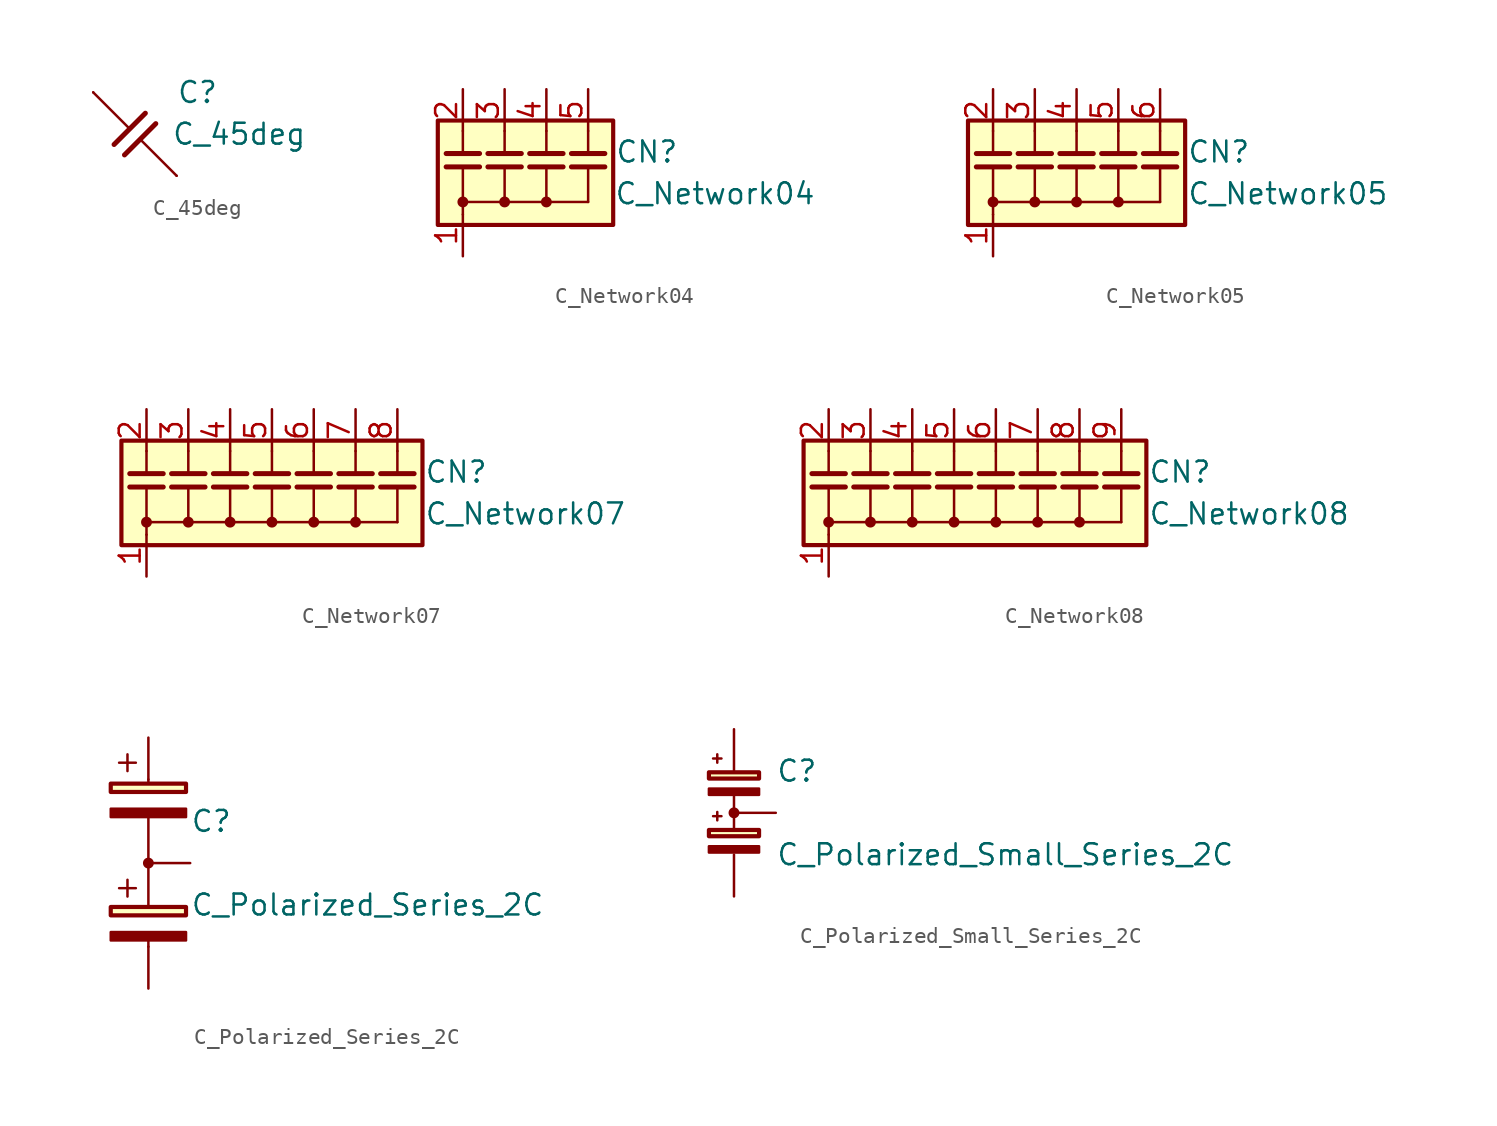
<source format=kicad_sym>
(kicad_symbol_lib
  (version 20241209)
  (generator "kicad_symbol_editor")
  (generator_version "9.0")
  (symbol "C_45deg"
    (pin_numbers
      (hide yes))
    (pin_names
      (offset 0))
    (property "Reference" "C"
      (at 3.81 2.54 0)
      (effects (font (size 1.27 1.27))))
    (property "Value" "C_45deg"
      (at 6.35 0 0)
      (effects (font (size 1.27 1.27))))
    (symbol "C_45deg_0_1"
      (polyline (pts (xy -2.54 2.54) (xy -0.381 0.381)) (stroke (width 0) (type default)) (fill (type none)))
      (polyline (pts (xy 2.54 -2.54) (xy 0.381 -0.381)) (stroke (width 0) (type default)) (fill (type none))))
    (symbol "C_45deg_1_1"
      (polyline (pts (xy 0.635 1.27) (xy -1.27 -0.635)) (stroke (width 0.305) (type default)) (fill (type none)))
      (polyline (pts (xy 1.27 0.635) (xy -0.635 -1.27)) (stroke (width 0.305) (type default)) (fill (type none)))
      (pin passive line (at -2.54 2.54 0) (length 0) (name "~" (effects (font (size 1.27 1.27)))) (number "2" (effects (font (size 1.27 1.27)))))
      (pin passive line (at 2.54 -2.54 180) (length 0) (name "~" (effects (font (size 1.27 1.27)))) (number "1" (effects (font (size 1.27 1.27)))))))
  (symbol "C_Network04"
    (pin_names
      (offset 0)
      (hide yes))
    (property "Reference" "CN"
      (at 4.166 1.27 0)
      (effects (font (size 1.27 1.27)) (justify left)))
    (property "Value" "C_Network04"
      (at 4.115 -1.27 0)
      (effects (font (size 1.27 1.27)) (justify left)))
    (symbol "C_Network04_0_1"
      (rectangle (start -6.604 3.175) (end 4.064 -3.175) (stroke (width 0.254) (type default)) (fill (type background)))
      (polyline (pts (xy -5.08 2.54) (xy -5.08 1.168)) (stroke (width 0) (type default)) (fill (type none)))
      (circle (center -5.08 -1.778) (radius 0.254) (stroke (width 0) (type default)) (fill (type outline)))
      (polyline (pts (xy -5.08 -1.778) (xy -5.08 0.356)) (stroke (width 0) (type default)) (fill (type none)))
      (polyline (pts (xy -5.08 -1.778) (xy 2.54 -1.778)) (stroke (width 0) (type default)) (fill (type none)))
      (polyline (pts (xy -5.08 -2.54) (xy -5.08 -1.778)) (stroke (width 0) (type default)) (fill (type none)))
      (polyline (pts (xy -2.54 2.54) (xy -2.54 1.168)) (stroke (width 0) (type default)) (fill (type none)))
      (circle (center -2.54 -1.778) (radius 0.254) (stroke (width 0) (type default)) (fill (type outline)))
      (polyline (pts (xy -2.54 -1.778) (xy -2.54 0.356)) (stroke (width 0) (type default)) (fill (type none)))
      (polyline (pts (xy 0 2.54) (xy 0 1.168)) (stroke (width 0) (type default)) (fill (type none)))
      (polyline (pts (xy 0 -1.778) (xy 0 0.356)) (stroke (width 0) (type default)) (fill (type none)))
      (circle (center 0 -1.778) (radius 0.254) (stroke (width 0) (type default)) (fill (type outline)))
      (polyline (pts (xy 2.54 2.54) (xy 2.54 1.168)) (stroke (width 0) (type default)) (fill (type none)))
      (polyline (pts (xy 2.54 -1.778) (xy 2.54 0.356)) (stroke (width 0) (type default)) (fill (type none))))
    (symbol "C_Network04_1_1"
      (polyline (pts (xy -6.096 1.168) (xy -4.064 1.168)) (stroke (width 0.305) (type default)) (fill (type none)))
      (polyline (pts (xy -6.096 0.356) (xy -4.064 0.356)) (stroke (width 0.305) (type default)) (fill (type none)))
      (polyline (pts (xy -3.556 1.168) (xy -1.524 1.168)) (stroke (width 0.305) (type default)) (fill (type none)))
      (polyline (pts (xy -3.556 0.356) (xy -1.524 0.356)) (stroke (width 0.305) (type default)) (fill (type none)))
      (polyline (pts (xy -1.016 1.168) (xy 1.016 1.168)) (stroke (width 0.305) (type default)) (fill (type none)))
      (polyline (pts (xy -1.016 0.356) (xy 1.016 0.356)) (stroke (width 0.305) (type default)) (fill (type none)))
      (polyline (pts (xy 1.524 1.168) (xy 3.556 1.168)) (stroke (width 0.305) (type default)) (fill (type none)))
      (polyline (pts (xy 1.524 0.356) (xy 3.556 0.356)) (stroke (width 0.305) (type default)) (fill (type none)))
      (pin passive line (at -5.08 5.08 270) (length 2.54) (name "C1" (effects (font (size 1.27 1.27)))) (number "2" (effects (font (size 1.27 1.27)))))
      (pin passive line (at -5.08 -5.08 90) (length 2.54) (name "common" (effects (font (size 1.27 1.27)))) (number "1" (effects (font (size 1.27 1.27)))))
      (pin passive line (at -2.54 5.08 270) (length 2.54) (name "C2" (effects (font (size 1.27 1.27)))) (number "3" (effects (font (size 1.27 1.27)))))
      (pin passive line (at 0 5.08 270) (length 2.54) (name "C3" (effects (font (size 1.27 1.27)))) (number "4" (effects (font (size 1.27 1.27)))))
      (pin passive line (at 2.54 5.08 270) (length 2.54) (name "C4" (effects (font (size 1.27 1.27)))) (number "5" (effects (font (size 1.27 1.27)))))))
  (symbol "C_Network05"
    (pin_names
      (offset 0)
      (hide yes))
    (property "Reference" "CN"
      (at 6.706 1.27 0)
      (effects (font (size 1.27 1.27)) (justify left)))
    (property "Value" "C_Network05"
      (at 6.706 -1.27 0)
      (effects (font (size 1.27 1.27)) (justify left)))
    (symbol "C_Network05_0_1"
      (rectangle (start -6.604 3.175) (end 6.604 -3.175) (stroke (width 0.254) (type default)) (fill (type background)))
      (polyline (pts (xy -5.08 2.54) (xy -5.08 1.168)) (stroke (width 0) (type default)) (fill (type none)))
      (circle (center -5.08 -1.778) (radius 0.254) (stroke (width 0) (type default)) (fill (type outline)))
      (polyline (pts (xy -5.08 -1.778) (xy -5.08 0.356)) (stroke (width 0) (type default)) (fill (type none)))
      (polyline (pts (xy -5.08 -1.778) (xy 5.08 -1.778)) (stroke (width 0) (type default)) (fill (type none)))
      (polyline (pts (xy -5.08 -2.54) (xy -5.08 -1.778)) (stroke (width 0) (type default)) (fill (type none)))
      (polyline (pts (xy -2.54 2.54) (xy -2.54 1.168)) (stroke (width 0) (type default)) (fill (type none)))
      (circle (center -2.54 -1.778) (radius 0.254) (stroke (width 0) (type default)) (fill (type outline)))
      (polyline (pts (xy -2.54 -1.778) (xy -2.54 0.356)) (stroke (width 0) (type default)) (fill (type none)))
      (polyline (pts (xy 0 2.54) (xy 0 1.168)) (stroke (width 0) (type default)) (fill (type none)))
      (polyline (pts (xy 0 -1.778) (xy 0 0.356)) (stroke (width 0) (type default)) (fill (type none)))
      (circle (center 0 -1.778) (radius 0.254) (stroke (width 0) (type default)) (fill (type outline)))
      (polyline (pts (xy 2.54 2.54) (xy 2.54 1.168)) (stroke (width 0) (type default)) (fill (type none)))
      (polyline (pts (xy 2.54 -1.778) (xy 2.54 0.356)) (stroke (width 0) (type default)) (fill (type none)))
      (circle (center 2.54 -1.778) (radius 0.254) (stroke (width 0) (type default)) (fill (type outline)))
      (polyline (pts (xy 5.08 2.54) (xy 5.08 1.168)) (stroke (width 0) (type default)) (fill (type none)))
      (polyline (pts (xy 5.08 -1.778) (xy 5.08 0.356)) (stroke (width 0) (type default)) (fill (type none))))
    (symbol "C_Network05_1_0"
      (pin passive line (at 5.08 5.08 270) (length 2.54) (name "C5" (effects (font (size 1.27 1.27)))) (number "6" (effects (font (size 1.27 1.27))))))
    (symbol "C_Network05_1_1"
      (polyline (pts (xy -6.096 1.168) (xy -4.064 1.168)) (stroke (width 0.305) (type default)) (fill (type none)))
      (polyline (pts (xy -6.096 0.356) (xy -4.064 0.356)) (stroke (width 0.305) (type default)) (fill (type none)))
      (polyline (pts (xy -3.556 1.168) (xy -1.524 1.168)) (stroke (width 0.305) (type default)) (fill (type none)))
      (polyline (pts (xy -3.556 0.356) (xy -1.524 0.356)) (stroke (width 0.305) (type default)) (fill (type none)))
      (polyline (pts (xy -1.016 1.168) (xy 1.016 1.168)) (stroke (width 0.305) (type default)) (fill (type none)))
      (polyline (pts (xy -1.016 0.356) (xy 1.016 0.356)) (stroke (width 0.305) (type default)) (fill (type none)))
      (polyline (pts (xy 1.524 1.168) (xy 3.556 1.168)) (stroke (width 0.305) (type default)) (fill (type none)))
      (polyline (pts (xy 1.524 0.356) (xy 3.556 0.356)) (stroke (width 0.305) (type default)) (fill (type none)))
      (polyline (pts (xy 4.064 1.168) (xy 6.096 1.168)) (stroke (width 0.305) (type default)) (fill (type none)))
      (polyline (pts (xy 4.064 0.356) (xy 6.096 0.356)) (stroke (width 0.305) (type default)) (fill (type none)))
      (pin passive line (at -5.08 5.08 270) (length 2.54) (name "C1" (effects (font (size 1.27 1.27)))) (number "2" (effects (font (size 1.27 1.27)))))
      (pin passive line (at -5.08 -5.08 90) (length 2.54) (name "common" (effects (font (size 1.27 1.27)))) (number "1" (effects (font (size 1.27 1.27)))))
      (pin passive line (at -2.54 5.08 270) (length 2.54) (name "C2" (effects (font (size 1.27 1.27)))) (number "3" (effects (font (size 1.27 1.27)))))
      (pin passive line (at 0 5.08 270) (length 2.54) (name "C3" (effects (font (size 1.27 1.27)))) (number "4" (effects (font (size 1.27 1.27)))))
      (pin passive line (at 2.54 5.08 270) (length 2.54) (name "C4" (effects (font (size 1.27 1.27)))) (number "5" (effects (font (size 1.27 1.27)))))))
  (symbol "C_Network07"
    (pin_names
      (offset 0)
      (hide yes))
    (property "Reference" "CN"
      (at 9.246 1.27 0)
      (effects (font (size 1.27 1.27)) (justify left)))
    (property "Value" "C_Network07"
      (at 9.246 -1.27 0)
      (effects (font (size 1.27 1.27)) (justify left)))
    (symbol "C_Network07_0_1"
      (rectangle (start -9.144 3.175) (end 9.144 -3.175) (stroke (width 0.254) (type default)) (fill (type background)))
      (polyline (pts (xy -7.62 2.54) (xy -7.62 1.168)) (stroke (width 0) (type default)) (fill (type none)))
      (circle (center -7.62 -1.778) (radius 0.254) (stroke (width 0) (type default)) (fill (type outline)))
      (polyline (pts (xy -7.62 -1.778) (xy -7.62 0.356)) (stroke (width 0) (type default)) (fill (type none)))
      (polyline (pts (xy -7.62 -1.778) (xy 7.62 -1.778)) (stroke (width 0) (type default)) (fill (type none)))
      (polyline (pts (xy -7.62 -2.54) (xy -7.62 -1.778)) (stroke (width 0) (type default)) (fill (type none)))
      (polyline (pts (xy -5.08 2.54) (xy -5.08 1.168)) (stroke (width 0) (type default)) (fill (type none)))
      (circle (center -5.08 -1.778) (radius 0.254) (stroke (width 0) (type default)) (fill (type outline)))
      (polyline (pts (xy -5.08 -1.778) (xy -5.08 0.356)) (stroke (width 0) (type default)) (fill (type none)))
      (polyline (pts (xy -2.54 2.54) (xy -2.54 1.168)) (stroke (width 0) (type default)) (fill (type none)))
      (circle (center -2.54 -1.778) (radius 0.254) (stroke (width 0) (type default)) (fill (type outline)))
      (polyline (pts (xy -2.54 -1.778) (xy -2.54 0.356)) (stroke (width 0) (type default)) (fill (type none)))
      (polyline (pts (xy 0 2.54) (xy 0 1.168)) (stroke (width 0) (type default)) (fill (type none)))
      (polyline (pts (xy 0 -1.778) (xy 0 0.356)) (stroke (width 0) (type default)) (fill (type none)))
      (circle (center 0 -1.778) (radius 0.254) (stroke (width 0) (type default)) (fill (type outline)))
      (polyline (pts (xy 2.54 2.54) (xy 2.54 1.168)) (stroke (width 0) (type default)) (fill (type none)))
      (polyline (pts (xy 2.54 -1.778) (xy 2.54 0.356)) (stroke (width 0) (type default)) (fill (type none)))
      (circle (center 2.54 -1.778) (radius 0.254) (stroke (width 0) (type default)) (fill (type outline)))
      (polyline (pts (xy 5.08 2.54) (xy 5.08 1.168)) (stroke (width 0) (type default)) (fill (type none)))
      (polyline (pts (xy 5.08 -1.778) (xy 5.08 0.356)) (stroke (width 0) (type default)) (fill (type none)))
      (circle (center 5.08 -1.778) (radius 0.254) (stroke (width 0) (type default)) (fill (type outline)))
      (polyline (pts (xy 7.62 2.54) (xy 7.62 1.168)) (stroke (width 0) (type default)) (fill (type none)))
      (polyline (pts (xy 7.62 -1.778) (xy 7.62 0.356)) (stroke (width 0) (type default)) (fill (type none))))
    (symbol "C_Network07_1_0"
      (pin passive line (at 2.54 5.08 270) (length 2.54) (name "C5" (effects (font (size 1.27 1.27)))) (number "6" (effects (font (size 1.27 1.27)))))
      (pin passive line (at 5.08 5.08 270) (length 2.54) (name "C6" (effects (font (size 1.27 1.27)))) (number "7" (effects (font (size 1.27 1.27)))))
      (pin passive line (at 7.62 5.08 270) (length 2.54) (name "C7" (effects (font (size 1.27 1.27)))) (number "8" (effects (font (size 1.27 1.27))))))
    (symbol "C_Network07_1_1"
      (polyline (pts (xy -8.636 1.168) (xy -6.604 1.168)) (stroke (width 0.305) (type default)) (fill (type none)))
      (polyline (pts (xy -8.636 0.356) (xy -6.604 0.356)) (stroke (width 0.305) (type default)) (fill (type none)))
      (polyline (pts (xy -6.096 1.168) (xy -4.064 1.168)) (stroke (width 0.305) (type default)) (fill (type none)))
      (polyline (pts (xy -6.096 0.356) (xy -4.064 0.356)) (stroke (width 0.305) (type default)) (fill (type none)))
      (polyline (pts (xy -3.556 1.168) (xy -1.524 1.168)) (stroke (width 0.305) (type default)) (fill (type none)))
      (polyline (pts (xy -3.556 0.356) (xy -1.524 0.356)) (stroke (width 0.305) (type default)) (fill (type none)))
      (polyline (pts (xy -1.016 1.168) (xy 1.016 1.168)) (stroke (width 0.305) (type default)) (fill (type none)))
      (polyline (pts (xy -1.016 0.356) (xy 1.016 0.356)) (stroke (width 0.305) (type default)) (fill (type none)))
      (polyline (pts (xy 1.524 1.168) (xy 3.556 1.168)) (stroke (width 0.305) (type default)) (fill (type none)))
      (polyline (pts (xy 1.524 0.356) (xy 3.556 0.356)) (stroke (width 0.305) (type default)) (fill (type none)))
      (polyline (pts (xy 4.064 1.168) (xy 6.096 1.168)) (stroke (width 0.305) (type default)) (fill (type none)))
      (polyline (pts (xy 4.064 0.356) (xy 6.096 0.356)) (stroke (width 0.305) (type default)) (fill (type none)))
      (polyline (pts (xy 6.604 1.168) (xy 8.636 1.168)) (stroke (width 0.305) (type default)) (fill (type none)))
      (polyline (pts (xy 6.604 0.356) (xy 8.636 0.356)) (stroke (width 0.305) (type default)) (fill (type none)))
      (pin passive line (at -7.62 5.08 270) (length 2.54) (name "C1" (effects (font (size 1.27 1.27)))) (number "2" (effects (font (size 1.27 1.27)))))
      (pin passive line (at -7.62 -5.08 90) (length 2.54) (name "common" (effects (font (size 1.27 1.27)))) (number "1" (effects (font (size 1.27 1.27)))))
      (pin passive line (at -5.08 5.08 270) (length 2.54) (name "C2" (effects (font (size 1.27 1.27)))) (number "3" (effects (font (size 1.27 1.27)))))
      (pin passive line (at -2.54 5.08 270) (length 2.54) (name "C3" (effects (font (size 1.27 1.27)))) (number "4" (effects (font (size 1.27 1.27)))))
      (pin passive line (at 0 5.08 270) (length 2.54) (name "C4" (effects (font (size 1.27 1.27)))) (number "5" (effects (font (size 1.27 1.27)))))))
  (symbol "C_Network08"
    (pin_names
      (offset 0)
      (hide yes))
    (property "Reference" "CN"
      (at 9.246 1.27 0)
      (effects (font (size 1.27 1.27)) (justify left)))
    (property "Value" "C_Network08"
      (at 9.246 -1.27 0)
      (effects (font (size 1.27 1.27)) (justify left)))
    (symbol "C_Network08_0_1"
      (rectangle (start -11.684 3.175) (end 9.144 -3.175) (stroke (width 0.254) (type default)) (fill (type background)))
      (polyline (pts (xy -10.16 2.54) (xy -10.16 1.168)) (stroke (width 0) (type default)) (fill (type none)))
      (circle (center -10.16 -1.778) (radius 0.254) (stroke (width 0) (type default)) (fill (type outline)))
      (polyline (pts (xy -10.16 -1.778) (xy -10.16 0.356)) (stroke (width 0) (type default)) (fill (type none)))
      (polyline (pts (xy -10.16 -1.778) (xy 7.62 -1.778)) (stroke (width 0) (type default)) (fill (type none)))
      (polyline (pts (xy -10.16 -2.54) (xy -10.16 -1.778)) (stroke (width 0) (type default)) (fill (type none)))
      (polyline (pts (xy -7.62 2.54) (xy -7.62 1.168)) (stroke (width 0) (type default)) (fill (type none)))
      (circle (center -7.62 -1.778) (radius 0.254) (stroke (width 0) (type default)) (fill (type outline)))
      (polyline (pts (xy -7.62 -1.778) (xy -7.62 0.356)) (stroke (width 0) (type default)) (fill (type none)))
      (polyline (pts (xy -5.08 2.54) (xy -5.08 1.168)) (stroke (width 0) (type default)) (fill (type none)))
      (circle (center -5.08 -1.778) (radius 0.254) (stroke (width 0) (type default)) (fill (type outline)))
      (polyline (pts (xy -5.08 -1.778) (xy -5.08 0.356)) (stroke (width 0) (type default)) (fill (type none)))
      (polyline (pts (xy -2.54 2.54) (xy -2.54 1.168)) (stroke (width 0) (type default)) (fill (type none)))
      (circle (center -2.54 -1.778) (radius 0.254) (stroke (width 0) (type default)) (fill (type outline)))
      (polyline (pts (xy -2.54 -1.778) (xy -2.54 0.356)) (stroke (width 0) (type default)) (fill (type none)))
      (polyline (pts (xy 0 2.54) (xy 0 1.168)) (stroke (width 0) (type default)) (fill (type none)))
      (polyline (pts (xy 0 -1.778) (xy 0 0.356)) (stroke (width 0) (type default)) (fill (type none)))
      (circle (center 0 -1.778) (radius 0.254) (stroke (width 0) (type default)) (fill (type outline)))
      (polyline (pts (xy 2.54 2.54) (xy 2.54 1.168)) (stroke (width 0) (type default)) (fill (type none)))
      (polyline (pts (xy 2.54 -1.778) (xy 2.54 0.356)) (stroke (width 0) (type default)) (fill (type none)))
      (circle (center 2.54 -1.778) (radius 0.254) (stroke (width 0) (type default)) (fill (type outline)))
      (polyline (pts (xy 5.08 2.54) (xy 5.08 1.168)) (stroke (width 0) (type default)) (fill (type none)))
      (polyline (pts (xy 5.08 -1.778) (xy 5.08 0.356)) (stroke (width 0) (type default)) (fill (type none)))
      (circle (center 5.08 -1.778) (radius 0.254) (stroke (width 0) (type default)) (fill (type outline)))
      (polyline (pts (xy 7.62 2.54) (xy 7.62 1.168)) (stroke (width 0) (type default)) (fill (type none)))
      (polyline (pts (xy 7.62 -1.778) (xy 7.62 0.356)) (stroke (width 0) (type default)) (fill (type none))))
    (symbol "C_Network08_1_0"
      (pin passive line (at 0 5.08 270) (length 2.54) (name "C5" (effects (font (size 1.27 1.27)))) (number "6" (effects (font (size 1.27 1.27)))))
      (pin passive line (at 2.54 5.08 270) (length 2.54) (name "C6" (effects (font (size 1.27 1.27)))) (number "7" (effects (font (size 1.27 1.27)))))
      (pin passive line (at 5.08 5.08 270) (length 2.54) (name "C7" (effects (font (size 1.27 1.27)))) (number "8" (effects (font (size 1.27 1.27)))))
      (pin passive line (at 7.62 5.08 270) (length 2.54) (name "C8" (effects (font (size 1.27 1.27)))) (number "9" (effects (font (size 1.27 1.27))))))
    (symbol "C_Network08_1_1"
      (polyline (pts (xy -11.176 1.168) (xy -9.144 1.168)) (stroke (width 0.305) (type default)) (fill (type none)))
      (polyline (pts (xy -11.176 0.356) (xy -9.144 0.356)) (stroke (width 0.305) (type default)) (fill (type none)))
      (polyline (pts (xy -8.636 1.168) (xy -6.604 1.168)) (stroke (width 0.305) (type default)) (fill (type none)))
      (polyline (pts (xy -8.636 0.356) (xy -6.604 0.356)) (stroke (width 0.305) (type default)) (fill (type none)))
      (polyline (pts (xy -6.096 1.168) (xy -4.064 1.168)) (stroke (width 0.305) (type default)) (fill (type none)))
      (polyline (pts (xy -6.096 0.356) (xy -4.064 0.356)) (stroke (width 0.305) (type default)) (fill (type none)))
      (polyline (pts (xy -3.556 1.168) (xy -1.524 1.168)) (stroke (width 0.305) (type default)) (fill (type none)))
      (polyline (pts (xy -3.556 0.356) (xy -1.524 0.356)) (stroke (width 0.305) (type default)) (fill (type none)))
      (polyline (pts (xy -1.016 1.168) (xy 1.016 1.168)) (stroke (width 0.305) (type default)) (fill (type none)))
      (polyline (pts (xy -1.016 0.356) (xy 1.016 0.356)) (stroke (width 0.305) (type default)) (fill (type none)))
      (polyline (pts (xy 1.524 1.168) (xy 3.556 1.168)) (stroke (width 0.305) (type default)) (fill (type none)))
      (polyline (pts (xy 1.524 0.356) (xy 3.556 0.356)) (stroke (width 0.305) (type default)) (fill (type none)))
      (polyline (pts (xy 4.064 1.168) (xy 6.096 1.168)) (stroke (width 0.305) (type default)) (fill (type none)))
      (polyline (pts (xy 4.064 0.356) (xy 6.096 0.356)) (stroke (width 0.305) (type default)) (fill (type none)))
      (polyline (pts (xy 6.604 1.168) (xy 8.636 1.168)) (stroke (width 0.305) (type default)) (fill (type none)))
      (polyline (pts (xy 6.604 0.356) (xy 8.636 0.356)) (stroke (width 0.305) (type default)) (fill (type none)))
      (pin passive line (at -10.16 5.08 270) (length 2.54) (name "C1" (effects (font (size 1.27 1.27)))) (number "2" (effects (font (size 1.27 1.27)))))
      (pin passive line (at -10.16 -5.08 90) (length 2.54) (name "common" (effects (font (size 1.27 1.27)))) (number "1" (effects (font (size 1.27 1.27)))))
      (pin passive line (at -7.62 5.08 270) (length 2.54) (name "C2" (effects (font (size 1.27 1.27)))) (number "3" (effects (font (size 1.27 1.27)))))
      (pin passive line (at -5.08 5.08 270) (length 2.54) (name "C3" (effects (font (size 1.27 1.27)))) (number "4" (effects (font (size 1.27 1.27)))))
      (pin passive line (at -2.54 5.08 270) (length 2.54) (name "C4" (effects (font (size 1.27 1.27)))) (number "5" (effects (font (size 1.27 1.27)))))))
  (symbol "C_Polarized_Series_2C"
    (pin_numbers
      (hide yes))
    (property "Reference" "C"
      (at 2.54 2.54 0)
      (effects (font (size 1.27 1.27)) (justify left)))
    (property "Value" "C_Polarized_Series_2C"
      (at 2.54 -2.54 0)
      (effects (font (size 1.27 1.27)) (justify left)))
    (symbol "C_Polarized_Series_2C_0_1"
      (rectangle (start -2.286 4.318) (end 2.286 4.826) (stroke (width 0.254) (type default)) (fill (type background)))
      (rectangle (start -2.286 -3.175) (end 2.286 -2.667) (stroke (width 0.254) (type default)) (fill (type background)))
      (polyline (pts (xy -1.778 6.096) (xy -0.762 6.096)) (stroke (width 0) (type default)) (fill (type none)))
      (polyline (pts (xy -1.778 -1.524) (xy -0.762 -1.524)) (stroke (width 0) (type default)) (fill (type none)))
      (polyline (pts (xy -1.27 6.604) (xy -1.27 5.588)) (stroke (width 0) (type default)) (fill (type none)))
      (polyline (pts (xy -1.27 -1.016) (xy -1.27 -2.032)) (stroke (width 0) (type default)) (fill (type none)))
      (polyline (pts (xy 0 5.08) (xy 0 4.826)) (stroke (width 0.152) (type default)) (fill (type none)))
      (polyline (pts (xy 0 2.794) (xy 0 -2.667)) (stroke (width 0.152) (type default)) (fill (type none)))
      (circle (center 0 0) (radius 0.254) (stroke (width 0) (type default)) (fill (type outline)))
      (polyline (pts (xy 0 -5.08) (xy 0 -4.572)) (stroke (width 0.152) (type default)) (fill (type none)))
      (rectangle (start 2.286 3.302) (end -2.286 2.794) (stroke (width 0) (type default)) (fill (type outline)))
      (rectangle (start 2.286 -4.191) (end -2.286 -4.699) (stroke (width 0) (type default)) (fill (type outline))))
    (symbol "C_Polarized_Series_2C_1_1"
      (pin passive line (at 0 7.62 270) (length 2.54) (name "~" (effects (font (size 1.27 1.27)))) (number "1" (effects (font (size 1.27 1.27)))))
      (pin passive line (at 0 -7.62 90) (length 2.54) (name "~" (effects (font (size 1.27 1.27)))) (number "3" (effects (font (size 1.27 1.27)))))
      (pin passive line (at 2.54 0 180) (length 2.54) (name "~" (effects (font (size 1.27 1.27)))) (number "2" (effects (font (size 1.27 1.27)))))))
  (symbol "C_Polarized_Small_Series_2C"
    (pin_numbers
      (hide yes))
    (pin_names
      (hide yes))
    (property "Reference" "C"
      (at 2.54 2.54 0)
      (effects (font (size 1.27 1.27)) (justify left)))
    (property "Value" "C_Polarized_Small_Series_2C"
      (at 2.54 -2.54 0)
      (effects (font (size 1.27 1.27)) (justify left)))
    (symbol "C_Polarized_Small_Series_2C_0_1"
      (rectangle (start -1.524 2.464) (end 1.524 2.083) (stroke (width 0.254) (type default)) (fill (type background)))
      (rectangle (start -1.524 1.473) (end 1.524 1.092) (stroke (width 0) (type default)) (fill (type outline)))
      (rectangle (start -1.524 -1.041) (end 1.524 -1.422) (stroke (width 0.254) (type default)) (fill (type background)))
      (rectangle (start -1.524 -2.032) (end 1.524 -2.413) (stroke (width 0) (type default)) (fill (type outline)))
      (polyline (pts (xy -1.27 3.302) (xy -0.762 3.302)) (stroke (width 0) (type default)) (fill (type none)))
      (polyline (pts (xy -1.27 -0.203) (xy -0.762 -0.203)) (stroke (width 0) (type default)) (fill (type none)))
      (polyline (pts (xy -1.016 3.048) (xy -1.016 3.556)) (stroke (width 0) (type default)) (fill (type none)))
      (polyline (pts (xy -1.016 -0.457) (xy -1.016 0.051)) (stroke (width 0) (type default)) (fill (type none)))
      (polyline (pts (xy 0 1.016) (xy 0 -1.016)) (stroke (width 0.152) (type default)) (fill (type none)))
      (circle (center 0 0) (radius 0.254) (stroke (width 0) (type default)) (fill (type outline))))
    (symbol "C_Polarized_Small_Series_2C_1_1"
      (pin passive line (at 0 5.08 270) (length 2.54) (name "~" (effects (font (size 1.27 1.27)))) (number "1" (effects (font (size 1.27 1.27)))))
      (pin passive line (at 0 -5.08 90) (length 2.54) (name "~" (effects (font (size 1.27 1.27)))) (number "3" (effects (font (size 1.27 1.27)))))
      (pin passive line (at 2.54 0 180) (length 2.54) (name "~" (effects (font (size 1.27 1.27)))) (number "2" (effects (font (size 1.27 1.27))))))))
</source>
